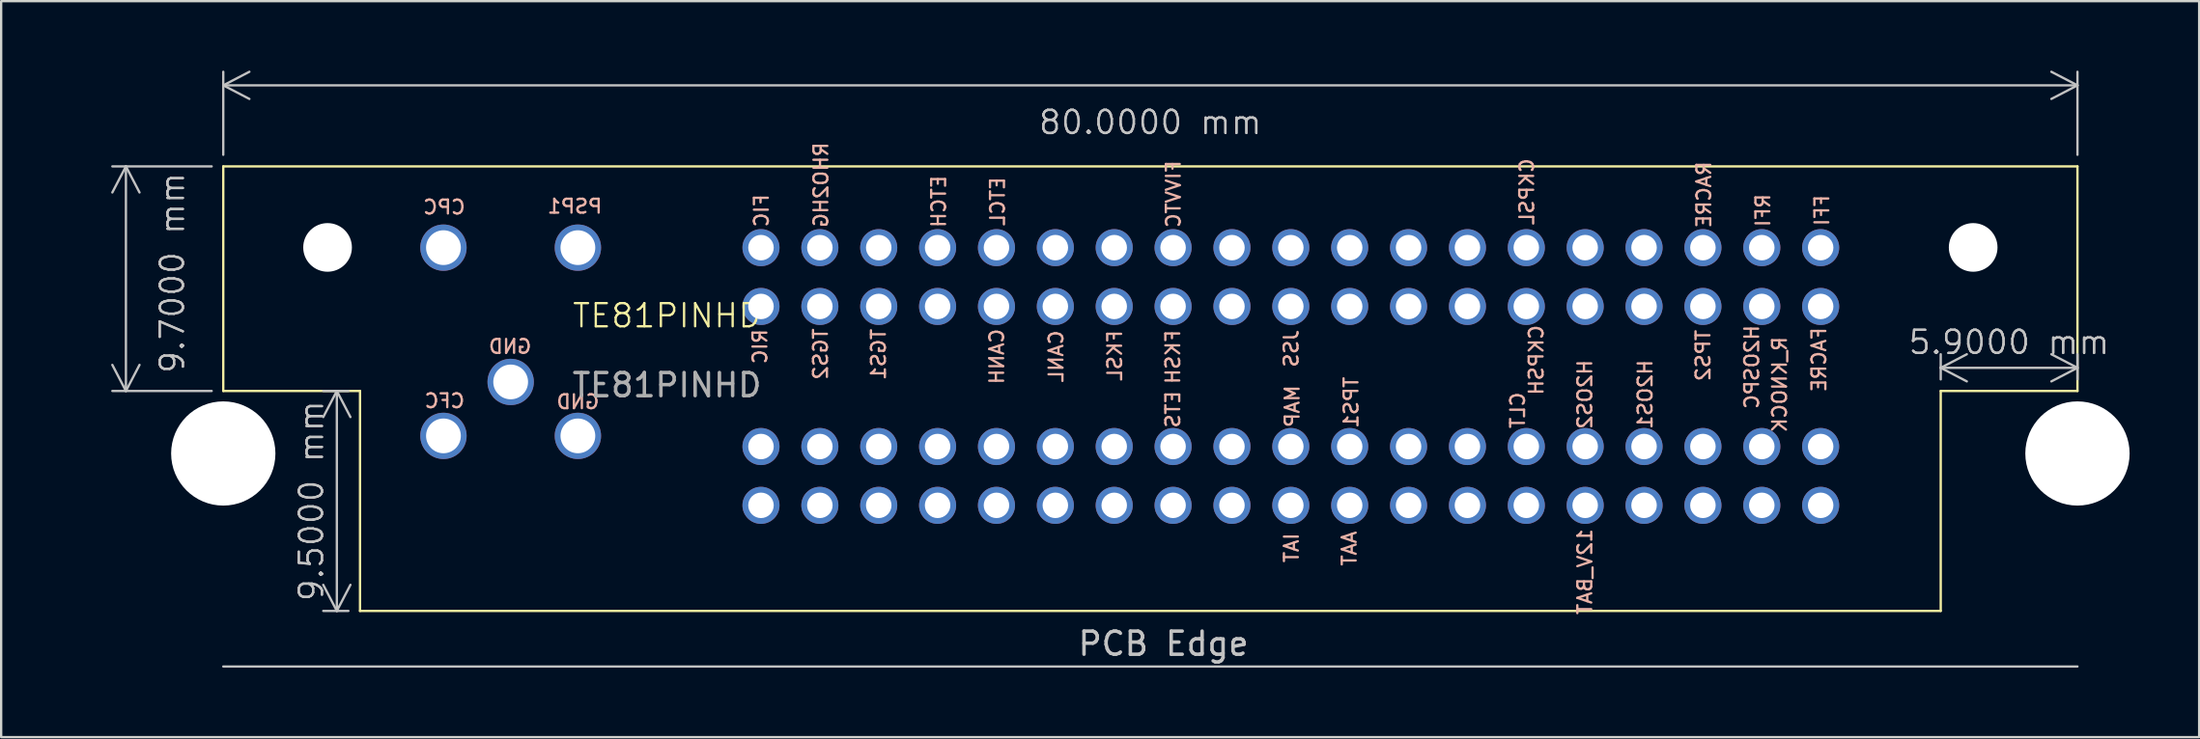
<source format=kicad_pcb>
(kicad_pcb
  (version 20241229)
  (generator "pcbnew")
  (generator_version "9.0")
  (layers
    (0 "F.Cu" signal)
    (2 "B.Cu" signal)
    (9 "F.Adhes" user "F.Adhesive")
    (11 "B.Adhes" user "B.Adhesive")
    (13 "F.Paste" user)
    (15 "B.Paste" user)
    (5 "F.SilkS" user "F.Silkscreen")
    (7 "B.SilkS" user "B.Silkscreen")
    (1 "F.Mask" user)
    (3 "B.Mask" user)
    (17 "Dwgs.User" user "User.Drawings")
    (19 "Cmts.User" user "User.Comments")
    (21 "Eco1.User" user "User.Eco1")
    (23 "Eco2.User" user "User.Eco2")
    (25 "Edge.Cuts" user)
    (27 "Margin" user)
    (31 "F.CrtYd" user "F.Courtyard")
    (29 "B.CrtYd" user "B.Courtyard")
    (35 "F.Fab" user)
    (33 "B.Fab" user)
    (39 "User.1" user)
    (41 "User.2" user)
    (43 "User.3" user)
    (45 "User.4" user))
  (footprint "TE81PINHD"
    (layer "F.Cu")
    (at 29.783 16.236)
    (property "Reference" "TE81PINHD" (at -4.056 -5.652 0) (unlocked yes) (layer "F.SilkS") (effects (font (size 1 1) (thickness 0.1))))
    (attr through_hole)
    (fp_line (start -23.2 -12.1) (end -23.2 -2.4) (stroke (width 0.1) (type default)) (layer "F.SilkS"))
    (fp_line (start -23.2 -12.1) (end 56.8 -12.1) (stroke (width 0.1) (type default)) (layer "F.SilkS"))
    (fp_line (start -23.2 -2.4) (end -17.3 -2.4) (stroke (width 0.1) (type default)) (layer "F.SilkS"))
    (fp_line (start -17.3 -2.4) (end -17.3 7.1) (stroke (width 0.1) (type default)) (layer "F.SilkS"))
    (fp_line (start -17.3 7.1) (end 50.9 7.1) (stroke (width 0.1) (type default)) (layer "F.SilkS"))
    (fp_line (start 50.9 -2.4) (end 50.9 7.1) (stroke (width 0.1) (type default)) (layer "F.SilkS"))
    (fp_line (start 50.9 -2.4) (end 56.8 -2.4) (stroke (width 0.1) (type default)) (layer "F.SilkS"))
    (fp_line (start 56.8 -12.1) (end 56.8 -2.4) (stroke (width 0.1) (type default)) (layer "F.SilkS"))
    (fp_line (start -23.2 9.5) (end 56.8 9.5) (stroke (width 0.1) (type default)) (layer "Dwgs.User"))
    (fp_text user "ETCH" (at 8.021 -11.761 90) (unlocked yes) (layer "B.SilkS") (effects (font (size 0.6 0.6) (thickness 0.1)) (justify left bottom mirror)))
    (fp_text user "FKSL" (at 15.616 -5.077 90) (unlocked yes) (layer "B.SilkS") (effects (font (size 0.6 0.6) (thickness 0.1)) (justify left bottom mirror)))
    (fp_text user "H2OSPC" (at 43.1 -5.3 90) (unlocked yes) (layer "B.SilkS") (effects (font (size 0.6 0.6) (thickness 0.1)) (justify left bottom mirror)))
    (fp_text user "CANH" (at 10.526 -5.138 90) (unlocked yes) (layer "B.SilkS") (effects (font (size 0.6 0.6) (thickness 0.1)) (justify left bottom mirror)))
    (fp_text user "CFC" (at -12.728 -1.621 0) (unlocked yes) (layer "B.SilkS") (effects (font (size 0.6 0.6) (thickness 0.1)) (justify left bottom mirror)))
    (fp_text user "TPS1" (at 25.814 -3.069 90) (unlocked yes) (layer "B.SilkS") (effects (font (size 0.6 0.6) (thickness 0.1)) (justify left bottom mirror)))
    (fp_text user "TGS1" (at 5.423 -5.144 90) (unlocked yes) (layer "B.SilkS") (effects (font (size 0.6 0.6) (thickness 0.1)) (justify left bottom mirror)))
    (fp_text user "JSS" (at 23.228 -5.1 90) (unlocked yes) (layer "B.SilkS") (effects (font (size 0.6 0.6) (thickness 0.1)) (justify left bottom mirror)))
    (fp_text user "12V_BAT" (at 35.9 3.5 90) (unlocked yes) (layer "B.SilkS") (effects (font (size 0.6 0.6) (thickness 0.1)) (justify left bottom mirror)))
    (fp_text user "TPS2" (at 41 -5.1 90) (unlocked yes) (layer "B.SilkS") (effects (font (size 0.6 0.6) (thickness 0.1)) (justify left bottom mirror)))
    (fp_text user "FIC" (at 0.373 -10.953 90) (unlocked yes) (layer "B.SilkS") (effects (font (size 0.6 0.6) (thickness 0.1)) (justify left bottom mirror)))
    (fp_text user "IAT" (at 23.241 3.682 90) (unlocked yes) (layer "B.SilkS") (effects (font (size 0.6 0.6) (thickness 0.1)) (justify left bottom mirror)))
    (fp_text user "FACRE" (at 46 -5.2 90) (unlocked yes) (layer "B.SilkS") (effects (font (size 0.6 0.6) (thickness 0.1)) (justify left bottom mirror)))
    (fp_text user "FIVVTC" (at 18.146 -12.412 90) (unlocked yes) (layer "B.SilkS") (effects (font (size 0.6 0.6) (thickness 0.1)) (justify left bottom mirror)))
    (fp_text user "GND" (at -6.92 -1.58 0) (unlocked yes) (layer "B.SilkS") (effects (font (size 0.6 0.6) (thickness 0.1)) (justify left bottom mirror)))
    (fp_text user "CLT" (at 33 -2.4 90) (unlocked yes) (layer "B.SilkS") (effects (font (size 0.6 0.6) (thickness 0.1)) (justify left bottom mirror)))
    (fp_text user "CKPSL" (at 33.394 -12.498 90) (unlocked yes) (layer "B.SilkS") (effects (font (size 0.6 0.6) (thickness 0.1)) (justify left bottom mirror)))
    (fp_text user "ETS" (at 18.124 -2.454 90) (unlocked yes) (layer "B.SilkS") (effects (font (size 0.6 0.6) (thickness 0.1)) (justify left bottom mirror)))
    (fp_text user "FFI" (at 46.128 -10.923 90) (unlocked yes) (layer "B.SilkS") (effects (font (size 0.6 0.6) (thickness 0.1)) (justify left bottom mirror)))
    (fp_text user "R_KNOCK" (at 44.3 -4.8 90) (unlocked yes) (layer "B.SilkS") (effects (font (size 0.6 0.6) (thickness 0.1)) (justify left bottom mirror)))
    (fp_text user "H2OS1" (at 38.5 -3.8 90) (unlocked yes) (layer "B.SilkS") (effects (font (size 0.6 0.6) (thickness 0.1)) (justify left bottom mirror)))
    (fp_text user "GND" (at -9.845 -3.969 0) (unlocked yes) (layer "B.SilkS") (effects (font (size 0.6 0.6) (thickness 0.1)) (justify left bottom mirror)))
    (fp_text user "H2OS2" (at 35.9 -3.8 90) (unlocked yes) (layer "B.SilkS") (effects (font (size 0.6 0.6) (thickness 0.1)) (justify left bottom mirror)))
    (fp_text user "RACRE" (at 41.035 -12.372 90) (unlocked yes) (layer "B.SilkS") (effects (font (size 0.6 0.6) (thickness 0.1)) (justify left bottom mirror)))
    (fp_text user "RFI" (at 43.583 -10.967 90) (unlocked yes) (layer "B.SilkS") (effects (font (size 0.6 0.6) (thickness 0.1)) (justify left bottom mirror)))
    (fp_text user "CANL" (at 13.084 -5.072 90) (unlocked yes) (layer "B.SilkS") (effects (font (size 0.6 0.6) (thickness 0.1)) (justify left bottom mirror)))
    (fp_text user "TGS2" (at 2.923 -5.16 90) (unlocked yes) (layer "B.SilkS") (effects (font (size 0.6 0.6) (thickness 0.1)) (justify left bottom mirror)))
    (fp_text user "MAP" (at 23.274 -2.701 90) (unlocked yes) (layer "B.SilkS") (effects (font (size 0.6 0.6) (thickness 0.1)) (justify left bottom mirror)))
    (fp_text user "AAT" (at 25.736 3.597 90) (unlocked yes) (layer "B.SilkS") (effects (font (size 0.6 0.6) (thickness 0.1)) (justify left bottom mirror)))
    (fp_text user "RIC" (at 0.309 -5.127 90) (unlocked yes) (layer "B.SilkS") (effects (font (size 0.6 0.6) (thickness 0.1)) (justify left bottom mirror)))
    (fp_text user "FKSH" (at 18.124 -5.091 90) (unlocked yes) (layer "B.SilkS") (effects (font (size 0.6 0.6) (thickness 0.1)) (justify left bottom mirror)))
    (fp_text user "CPC" (at -12.7 -9.988 0) (unlocked yes) (layer "B.SilkS") (effects (font (size 0.6 0.6) (thickness 0.1)) (justify left bottom mirror)))
    (fp_text user "PSP1" (at -6.796 -10.025 0) (unlocked yes) (layer "B.SilkS") (effects (font (size 0.6 0.6) (thickness 0.1)) (justify left bottom mirror)))
    (fp_text user "ETCL" (at 10.56 -11.691 90) (unlocked yes) (layer "B.SilkS") (effects (font (size 0.6 0.6) (thickness 0.1)) (justify left bottom mirror)))
    (fp_text user "RHO2HG" (at 2.94 -13.194 90) (unlocked yes) (layer "B.SilkS") (effects (font (size 0.6 0.6) (thickness 0.1)) (justify left bottom mirror)))
    (fp_text user "CKPSH" (at 33.8 -5.3 90) (unlocked yes) (layer "B.SilkS") (effects (font (size 0.6 0.6) (thickness 0.1)) (justify left bottom mirror)))
    (fp_text user "PCB Edge" (at 13.6 9.1 0) (unlocked yes) (layer "Dwgs.User") (effects (font (size 1 1) (thickness 0.15)) (justify left bottom)))
    (fp_text user "${REFERENCE}" (at -4.056 -2.652 0) (unlocked yes) (layer "F.Fab") (effects (font (size 1 1) (thickness 0.15))))
    (dimension (type aligned) (layer "Dwgs.User") (pts (xy 6.583 4.136) (xy 86.583 4.136)) (height -3.5) (format (prefix "") (suffix "") (units 3) (units_format 1) (precision 4)) (style (thickness 0.1) (arrow_length 1.27) (text_position_mode 2) (arrow_direction outward) (extension_height 0.586) (extension_offset 0.5) (keep_text_aligned yes)) (gr_text "80.0000 mm" (at 46.583 2.236 0) (layer "Dwgs.User") (effects (font (size 1 1) (thickness 0.1)))))
    (dimension (type aligned) (layer "Dwgs.User") (pts (xy 6.583 4.136) (xy 6.583 13.836)) (height 4.2) (format (prefix "") (suffix "") (units 3) (units_format 1) (precision 4)) (style (thickness 0.1) (arrow_length 1.27) (text_position_mode 2) (arrow_direction outward) (extension_height 0.586) (extension_offset 0.5) (keep_text_aligned yes)) (gr_text "9.7000 mm" (at 4.383 8.736 90) (layer "Dwgs.User") (effects (font (size 1 1) (thickness 0.1)))))
    (dimension (type aligned) (layer "Dwgs.User") (pts (xy 12.483 13.836) (xy 12.483 23.336)) (height 1) (format (prefix "") (suffix "") (units 3) (units_format 1) (precision 4)) (style (thickness 0.1) (arrow_length 1.27) (text_position_mode 0) (arrow_direction outward) (extension_height 0.586) (extension_offset 0.5) (keep_text_aligned yes)) (gr_text "9.5000 mm" (at 10.383 18.586 90) (layer "Dwgs.User") (effects (font (size 1 1) (thickness 0.1)))))
    (dimension (type aligned) (layer "Dwgs.User") (pts (xy 80.683 13.836) (xy 86.583 13.836)) (height -1) (format (prefix "") (suffix "") (units 3) (units_format 1) (precision 4)) (style (thickness 0.1) (arrow_length 1.27) (text_position_mode 0) (arrow_direction outward) (extension_height 0.586) (extension_offset 0.5) (keep_text_aligned yes)) (gr_text "5.9000 mm" (at 83.633 11.736 0) (layer "Dwgs.User") (effects (font (size 1 1) (thickness 0.1)))))
    (pad "" np_thru_hole circle (at -23.2 0.3) (size 4.5 4.5) (drill 4.5) (layers "*.Cu" "*.Mask"))
    (pad "" np_thru_hole circle (at -18.7 -8.6) (size 2.1 2.1) (drill 2.1) (layers "*.Cu" "*.Mask"))
    (pad "" np_thru_hole circle (at 52.3 -8.6) (size 2.1 2.1) (drill 2.1) (layers "*.Cu" "*.Mask"))
    (pad "" np_thru_hole circle (at 56.8 0.3) (size 4.5 4.5) (drill 4.5) (layers "*.Cu" "*.Mask"))
    (pad "1" thru_hole circle (at -13.7 -0.46) (size 2 2) (drill 1.5) (layers "*.Cu" "*.Mask"))
    (pad "2" thru_hole circle (at -7.9 -0.46) (size 2 2) (drill 1.5) (layers "*.Cu" "*.Mask"))
    (pad "3" thru_hole circle (at -10.8 -2.79) (size 2 2) (drill 1.5) (layers "*.Cu" "*.Mask"))
    (pad "4" thru_hole circle (at -13.7 -8.59) (size 2 2) (drill 1.5) (layers "*.Cu" "*.Mask"))
    (pad "5" thru_hole circle (at -7.9 -8.59) (size 2 2) (drill 1.5) (layers "*.Cu" "*.Mask"))
    (pad "6" thru_hole circle (at 45.72 -8.59) (size 1.6 1.6) (drill 1.1) (layers "*.Cu" "*.Mask"))
    (pad "7" thru_hole circle (at 43.18 -8.59) (size 1.6 1.6) (drill 1.1) (layers "*.Cu" "*.Mask"))
    (pad "8" thru_hole circle (at 40.64 -8.59) (size 1.6 1.6) (drill 1.1) (layers "*.Cu" "*.Mask"))
    (pad "9" thru_hole circle (at 38.1 -8.59) (size 1.6 1.6) (drill 1.1) (layers "*.Cu" "*.Mask"))
    (pad "10" thru_hole circle (at 35.56 -8.59) (size 1.6 1.6) (drill 1.1) (layers "*.Cu" "*.Mask"))
    (pad "11" thru_hole circle (at 33.02 -8.59) (size 1.6 1.6) (drill 1.1) (layers "*.Cu" "*.Mask"))
    (pad "12" thru_hole circle (at 30.48 -8.59) (size 1.6 1.6) (drill 1.1) (layers "*.Cu" "*.Mask"))
    (pad "13" thru_hole circle (at 27.94 -8.59) (size 1.6 1.6) (drill 1.1) (layers "*.Cu" "*.Mask"))
    (pad "14" thru_hole circle (at 25.4 -8.59) (size 1.6 1.6) (drill 1.1) (layers "*.Cu" "*.Mask"))
    (pad "15" thru_hole circle (at 22.86 -8.59) (size 1.6 1.6) (drill 1.1) (layers "*.Cu" "*.Mask"))
    (pad "16" thru_hole circle (at 20.32 -8.59) (size 1.6 1.6) (drill 1.1) (layers "*.Cu" "*.Mask"))
    (pad "17" thru_hole circle (at 17.78 -8.59) (size 1.6 1.6) (drill 1.1) (layers "*.Cu" "*.Mask"))
    (pad "18" thru_hole circle (at 15.24 -8.59) (size 1.6 1.6) (drill 1.1) (layers "*.Cu" "*.Mask"))
    (pad "19" thru_hole circle (at 12.7 -8.59) (size 1.6 1.6) (drill 1.1) (layers "*.Cu" "*.Mask"))
    (pad "20" thru_hole circle (at 10.16 -8.59) (size 1.6 1.6) (drill 1.1) (layers "*.Cu" "*.Mask"))
    (pad "21" thru_hole circle (at 7.62 -8.59) (size 1.6 1.6) (drill 1.1) (layers "*.Cu" "*.Mask"))
    (pad "22" thru_hole circle (at 5.08 -8.59) (size 1.6 1.6) (drill 1.1) (layers "*.Cu" "*.Mask"))
    (pad "23" thru_hole circle (at 2.54 -8.59) (size 1.6 1.6) (drill 1.1) (layers "*.Cu" "*.Mask"))
    (pad "24" thru_hole circle (at 0 -8.59) (size 1.6 1.6) (drill 1.1) (layers "*.Cu" "*.Mask"))
    (pad "25" thru_hole circle (at 45.72 -6.05) (size 1.6 1.6) (drill 1.1) (layers "*.Cu" "*.Mask"))
    (pad "26" thru_hole circle (at 43.18 -6.05) (size 1.6 1.6) (drill 1.1) (layers "*.Cu" "*.Mask"))
    (pad "27" thru_hole circle (at 40.64 -6.05) (size 1.6 1.6) (drill 1.1) (layers "*.Cu" "*.Mask"))
    (pad "28" thru_hole circle (at 38.1 -6.05) (size 1.6 1.6) (drill 1.1) (layers "*.Cu" "*.Mask"))
    (pad "29" thru_hole circle (at 35.56 -6.05) (size 1.6 1.6) (drill 1.1) (layers "*.Cu" "*.Mask"))
    (pad "30" thru_hole circle (at 33.02 -6.05) (size 1.6 1.6) (drill 1.1) (layers "*.Cu" "*.Mask"))
    (pad "31" thru_hole circle (at 30.48 -6.05) (size 1.6 1.6) (drill 1.1) (layers "*.Cu" "*.Mask"))
    (pad "32" thru_hole circle (at 27.94 -6.05) (size 1.6 1.6) (drill 1.1) (layers "*.Cu" "*.Mask"))
    (pad "33" thru_hole circle (at 25.4 -6.05) (size 1.6 1.6) (drill 1.1) (layers "*.Cu" "*.Mask"))
    (pad "34" thru_hole circle (at 22.86 -6.05) (size 1.6 1.6) (drill 1.1) (layers "*.Cu" "*.Mask"))
    (pad "35" thru_hole circle (at 20.32 -6.05) (size 1.6 1.6) (drill 1.1) (layers "*.Cu" "*.Mask"))
    (pad "36" thru_hole circle (at 17.78 -6.05) (size 1.6 1.6) (drill 1.1) (layers "*.Cu" "*.Mask"))
    (pad "37" thru_hole circle (at 15.24 -6.05) (size 1.6 1.6) (drill 1.1) (layers "*.Cu" "*.Mask"))
    (pad "38" thru_hole circle (at 12.7 -6.05) (size 1.6 1.6) (drill 1.1) (layers "*.Cu" "*.Mask"))
    (pad "39" thru_hole circle (at 10.16 -6.05) (size 1.6 1.6) (drill 1.1) (layers "*.Cu" "*.Mask"))
    (pad "40" thru_hole circle (at 7.62 -6.05) (size 1.6 1.6) (drill 1.1) (layers "*.Cu" "*.Mask"))
    (pad "41" thru_hole circle (at 5.08 -6.05) (size 1.6 1.6) (drill 1.1) (layers "*.Cu" "*.Mask"))
    (pad "42" thru_hole circle (at 2.54 -6.05) (size 1.6 1.6) (drill 1.1) (layers "*.Cu" "*.Mask"))
    (pad "43" thru_hole circle (at 0 -6.05) (size 1.6 1.6) (drill 1.1) (layers "*.Cu" "*.Mask"))
    (pad "44" thru_hole circle (at 45.72 0) (size 1.6 1.6) (drill 1.1) (layers "*.Cu" "*.Mask"))
    (pad "45" thru_hole circle (at 43.18 0) (size 1.6 1.6) (drill 1.1) (layers "*.Cu" "*.Mask"))
    (pad "46" thru_hole circle (at 40.64 0) (size 1.6 1.6) (drill 1.1) (layers "*.Cu" "*.Mask"))
    (pad "47" thru_hole circle (at 38.1 0) (size 1.6 1.6) (drill 1.1) (layers "*.Cu" "*.Mask"))
    (pad "48" thru_hole circle (at 35.56 0) (size 1.6 1.6) (drill 1.1) (layers "*.Cu" "*.Mask"))
    (pad "49" thru_hole circle (at 33.02 0) (size 1.6 1.6) (drill 1.1) (layers "*.Cu" "*.Mask"))
    (pad "50" thru_hole circle (at 30.48 0) (size 1.6 1.6) (drill 1.1) (layers "*.Cu" "*.Mask"))
    (pad "51" thru_hole circle (at 27.94 0) (size 1.6 1.6) (drill 1.1) (layers "*.Cu" "*.Mask"))
    (pad "52" thru_hole circle (at 25.4 0) (size 1.6 1.6) (drill 1.1) (layers "*.Cu" "*.Mask"))
    (pad "53" thru_hole circle (at 22.86 0) (size 1.6 1.6) (drill 1.1) (layers "*.Cu" "*.Mask"))
    (pad "54" thru_hole circle (at 20.32 0) (size 1.6 1.6) (drill 1.1) (layers "*.Cu" "*.Mask"))
    (pad "55" thru_hole circle (at 17.78 0) (size 1.6 1.6) (drill 1.1) (layers "*.Cu" "*.Mask"))
    (pad "56" thru_hole circle (at 15.24 0) (size 1.6 1.6) (drill 1.1) (layers "*.Cu" "*.Mask"))
    (pad "57" thru_hole circle (at 12.7 0) (size 1.6 1.6) (drill 1.1) (layers "*.Cu" "*.Mask"))
    (pad "58" thru_hole circle (at 10.16 0) (size 1.6 1.6) (drill 1.1) (layers "*.Cu" "*.Mask"))
    (pad "59" thru_hole circle (at 7.62 0) (size 1.6 1.6) (drill 1.1) (layers "*.Cu" "*.Mask"))
    (pad "60" thru_hole circle (at 5.08 0) (size 1.6 1.6) (drill 1.1) (layers "*.Cu" "*.Mask"))
    (pad "61" thru_hole circle (at 2.54 0) (size 1.6 1.6) (drill 1.1) (layers "*.Cu" "*.Mask"))
    (pad "62" thru_hole circle (at 0 0) (size 1.6 1.6) (drill 1.1) (layers "*.Cu" "*.Mask"))
    (pad "63" thru_hole circle (at 45.72 2.54) (size 1.6 1.6) (drill 1.1) (layers "*.Cu" "*.Mask"))
    (pad "64" thru_hole circle (at 43.18 2.54) (size 1.6 1.6) (drill 1.1) (layers "*.Cu" "*.Mask"))
    (pad "65" thru_hole circle (at 40.64 2.54) (size 1.6 1.6) (drill 1.1) (layers "*.Cu" "*.Mask"))
    (pad "66" thru_hole circle (at 38.1 2.54) (size 1.6 1.6) (drill 1.1) (layers "*.Cu" "*.Mask"))
    (pad "67" thru_hole circle (at 35.56 2.54) (size 1.6 1.6) (drill 1.1) (layers "*.Cu" "*.Mask"))
    (pad "68" thru_hole circle (at 33.02 2.54) (size 1.6 1.6) (drill 1.1) (layers "*.Cu" "*.Mask"))
    (pad "69" thru_hole circle (at 30.48 2.54) (size 1.6 1.6) (drill 1.1) (layers "*.Cu" "*.Mask"))
    (pad "70" thru_hole circle (at 27.94 2.54) (size 1.6 1.6) (drill 1.1) (layers "*.Cu" "*.Mask"))
    (pad "71" thru_hole circle (at 25.4 2.54) (size 1.6 1.6) (drill 1.1) (layers "*.Cu" "*.Mask"))
    (pad "72" thru_hole circle (at 22.86 2.54) (size 1.6 1.6) (drill 1.1) (layers "*.Cu" "*.Mask"))
    (pad "73" thru_hole circle (at 20.32 2.54) (size 1.6 1.6) (drill 1.1) (layers "*.Cu" "*.Mask"))
    (pad "74" thru_hole circle (at 17.78 2.54) (size 1.6 1.6) (drill 1.1) (layers "*.Cu" "*.Mask"))
    (pad "75" thru_hole circle (at 15.24 2.54) (size 1.6 1.6) (drill 1.1) (layers "*.Cu" "*.Mask"))
    (pad "76" thru_hole circle (at 12.7 2.54) (size 1.6 1.6) (drill 1.1) (layers "*.Cu" "*.Mask"))
    (pad "77" thru_hole circle (at 10.16 2.54) (size 1.6 1.6) (drill 1.1) (layers "*.Cu" "*.Mask"))
    (pad "78" thru_hole circle (at 7.62 2.54) (size 1.6 1.6) (drill 1.1) (layers "*.Cu" "*.Mask"))
    (pad "79" thru_hole circle (at 5.08 2.54) (size 1.6 1.6) (drill 1.1) (layers "*.Cu" "*.Mask"))
    (pad "80" thru_hole circle (at 2.54 2.54) (size 1.6 1.6) (drill 1.1) (layers "*.Cu" "*.Mask"))
    (pad "81" thru_hole circle (at 0 2.54) (size 1.6 1.6) (drill 1.1) (layers "*.Cu" "*.Mask")))
  (gr_rect
    (start -3 -3)
    (end 91.833 28.786)
    (stroke (width 0.1) (type default))
    (fill no)
    (layer "Edge.Cuts")))
</source>
